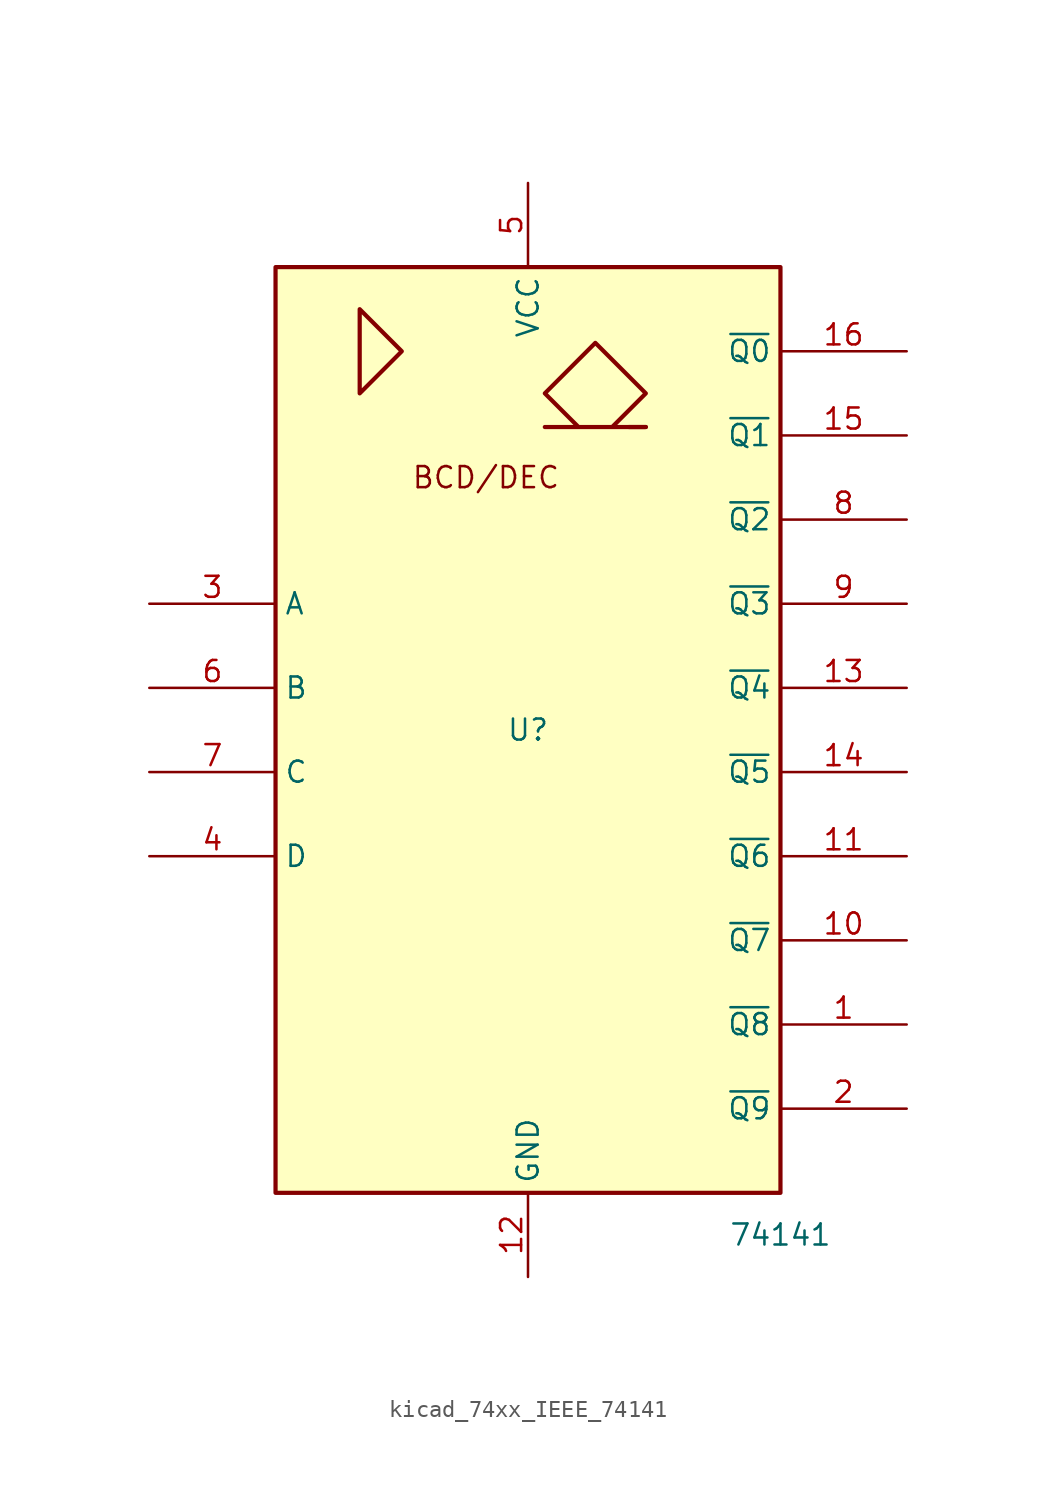
<source format=kicad_sym>
(kicad_symbol_lib
  (version 20220914)
  (generator kicad_symbol_editor)
  (symbol "kicad_74xx_IEEE_74141"
    (property "Reference" "U"
      (at 0 0 0)
      (effects (font (size 1.27 1.27))))
    (property "Value" "74141"
      (at 15.24 -30.48 0)
      (effects (font (size 1.27 1.27))))
    (symbol "kicad_74xx_IEEE_74141_0_0"
      (polyline (pts (xy 7.112 18.288) (xy 6.096 18.288) (xy 6.096 18.288)) (stroke (width 0.254) (type default)) (fill (type background)))
      (polyline (pts (xy -10.16 25.4) (xy -10.16 20.32) (xy -7.62 22.86) (xy -10.16 25.4) (xy -10.16 25.4)) (stroke (width 0.254) (type default)) (fill (type background)))
      (polyline (pts (xy 5.08 18.288) (xy 7.112 20.32) (xy 4.064 23.368) (xy 1.016 20.32) (xy 3.048 18.288) (xy 1.016 18.288) (xy 7.112 18.288)) (stroke (width 0.254) (type default)) (fill (type background)))
      (text "BCD/DEC" (at -2.54 15.24 0) (effects (font (size 1.27 1.27))))
      (pin power_in line (at 0 -33.02 90) (length 5.08) (name "GND" (effects (font (size 1.27 1.27)))) (number "12" (effects (font (size 1.27 1.27)))))
      (pin power_in line (at 0 33.02 270) (length 5.08) (name "VCC" (effects (font (size 1.27 1.27)))) (number "5" (effects (font (size 1.27 1.27))))))
    (symbol "kicad_74xx_IEEE_74141_0_1"
      (rectangle (start -15.24 27.94) (end 15.24 -27.94) (stroke (width 0.254) (type default)) (fill (type background))))
    (symbol "kicad_74xx_IEEE_74141_1_1"
      (pin open_collector line (at 22.86 -17.78 180) (length 7.62) (name "~{Q8}" (effects (font (size 1.27 1.27)))) (number "1" (effects (font (size 1.27 1.27)))))
      (pin open_collector line (at 22.86 -12.7 180) (length 7.62) (name "~{Q7}" (effects (font (size 1.27 1.27)))) (number "10" (effects (font (size 1.27 1.27)))))
      (pin open_collector line (at 22.86 -7.62 180) (length 7.62) (name "~{Q6}" (effects (font (size 1.27 1.27)))) (number "11" (effects (font (size 1.27 1.27)))))
      (pin open_collector line (at 22.86 2.54 180) (length 7.62) (name "~{Q4}" (effects (font (size 1.27 1.27)))) (number "13" (effects (font (size 1.27 1.27)))))
      (pin open_collector line (at 22.86 -2.54 180) (length 7.62) (name "~{Q5}" (effects (font (size 1.27 1.27)))) (number "14" (effects (font (size 1.27 1.27)))))
      (pin open_collector line (at 22.86 17.78 180) (length 7.62) (name "~{Q1}" (effects (font (size 1.27 1.27)))) (number "15" (effects (font (size 1.27 1.27)))))
      (pin open_collector line (at 22.86 22.86 180) (length 7.62) (name "~{Q0}" (effects (font (size 1.27 1.27)))) (number "16" (effects (font (size 1.27 1.27)))))
      (pin open_collector line (at 22.86 -22.86 180) (length 7.62) (name "~{Q9}" (effects (font (size 1.27 1.27)))) (number "2" (effects (font (size 1.27 1.27)))))
      (pin input line (at -22.86 7.62 0) (length 7.62) (name "A" (effects (font (size 1.27 1.27)))) (number "3" (effects (font (size 1.27 1.27)))))
      (pin input line (at -22.86 -7.62 0) (length 7.62) (name "D" (effects (font (size 1.27 1.27)))) (number "4" (effects (font (size 1.27 1.27)))))
      (pin input line (at -22.86 2.54 0) (length 7.62) (name "B" (effects (font (size 1.27 1.27)))) (number "6" (effects (font (size 1.27 1.27)))))
      (pin input line (at -22.86 -2.54 0) (length 7.62) (name "C" (effects (font (size 1.27 1.27)))) (number "7" (effects (font (size 1.27 1.27)))))
      (pin open_collector line (at 22.86 12.7 180) (length 7.62) (name "~{Q2}" (effects (font (size 1.27 1.27)))) (number "8" (effects (font (size 1.27 1.27)))))
      (pin open_collector line (at 22.86 7.62 180) (length 7.62) (name "~{Q3}" (effects (font (size 1.27 1.27)))) (number "9" (effects (font (size 1.27 1.27))))))))
</source>
